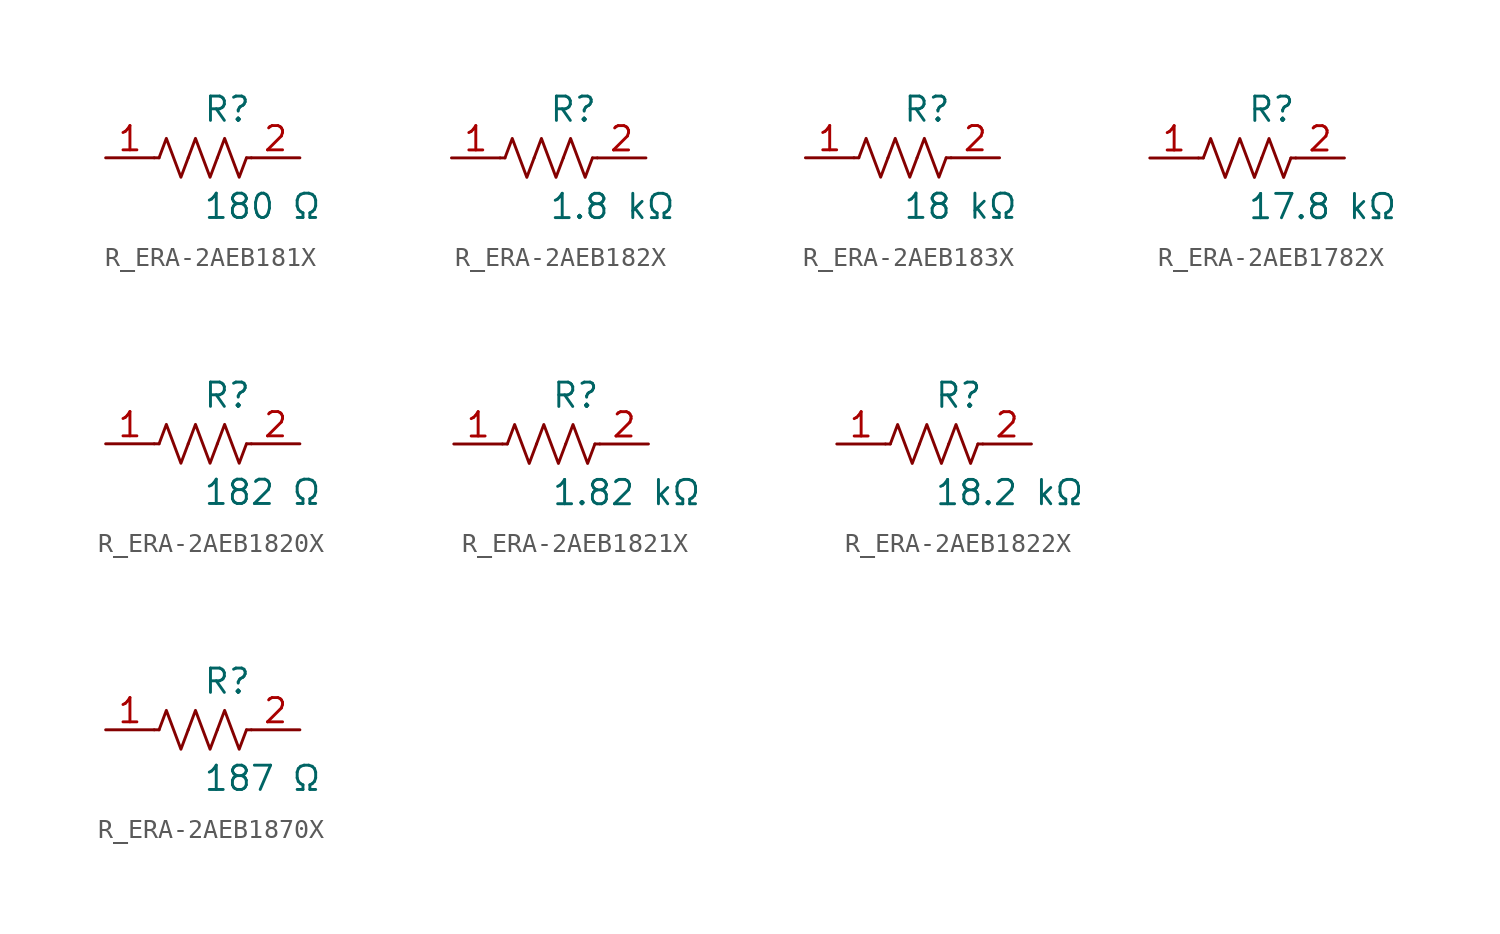
<source format=kicad_sym>
(kicad_symbol_lib
  (version 20231120)
  (generator kicad_symbol_editor)
  (generator_version 8.0)
  (symbol "R_ERA-2AEB181X"
    (pin_names
      (offset 0.254))
    (property "Reference" "R"
      (at 0.0 2.54 0)
      (effects (font (size 1.27 1.27)) (justify left)))
    (property "Value" "180 Ω"
      (at 0.0 -2.54 0)
      (effects (font (size 1.27 1.27)) (justify left)))
    (symbol "R_ERA-2AEB181X_0_1"
      (polyline (pts (xy 2.286 0) (xy 2.54 0)) (stroke (width 0) (type default)) (fill (type none)))
      (polyline (pts (xy -2.286 0) (xy -2.54 0)) (stroke (width 0) (type default)) (fill (type none)))
      (polyline (pts (xy 0.762 0) (xy 1.143 1.016) (xy 1.524 0) (xy 1.905 -1.016) (xy 2.286 0)) (stroke (width 0) (type default)) (fill (type none)))
      (polyline (pts (xy -0.762 0) (xy -0.381 1.016) (xy 0 0) (xy 0.381 -1.016) (xy 0.762 0)) (stroke (width 0) (type default)) (fill (type none)))
      (polyline (pts (xy -2.286 0) (xy -1.905 1.016) (xy -1.524 0) (xy -1.143 -1.016) (xy -0.762 0)) (stroke (width 0) (type default)) (fill (type none))))
    (pin unspecified line
      (at -5.08 0 0)
      (length 2.54)
      (name "" (effects (font (size 1.27 1.27))))
      (number "1" (effects (font (size 1.27 1.27)))))
    (pin unspecified line
      (at 5.08 0 180)
      (length 2.54)
      (name "" (effects (font (size 1.27 1.27))))
      (number "2" (effects (font (size 1.27 1.27))))))
  (symbol "R_ERA-2AEB182X"
    (pin_names
      (offset 0.254))
    (property "Reference" "R"
      (at 0.0 2.54 0)
      (effects (font (size 1.27 1.27)) (justify left)))
    (property "Value" "1.8 kΩ"
      (at 0.0 -2.54 0)
      (effects (font (size 1.27 1.27)) (justify left)))
    (symbol "R_ERA-2AEB182X_0_1"
      (polyline (pts (xy 2.286 0) (xy 2.54 0)) (stroke (width 0) (type default)) (fill (type none)))
      (polyline (pts (xy -2.286 0) (xy -2.54 0)) (stroke (width 0) (type default)) (fill (type none)))
      (polyline (pts (xy 0.762 0) (xy 1.143 1.016) (xy 1.524 0) (xy 1.905 -1.016) (xy 2.286 0)) (stroke (width 0) (type default)) (fill (type none)))
      (polyline (pts (xy -0.762 0) (xy -0.381 1.016) (xy 0 0) (xy 0.381 -1.016) (xy 0.762 0)) (stroke (width 0) (type default)) (fill (type none)))
      (polyline (pts (xy -2.286 0) (xy -1.905 1.016) (xy -1.524 0) (xy -1.143 -1.016) (xy -0.762 0)) (stroke (width 0) (type default)) (fill (type none))))
    (pin unspecified line
      (at -5.08 0 0)
      (length 2.54)
      (name "" (effects (font (size 1.27 1.27))))
      (number "1" (effects (font (size 1.27 1.27)))))
    (pin unspecified line
      (at 5.08 0 180)
      (length 2.54)
      (name "" (effects (font (size 1.27 1.27))))
      (number "2" (effects (font (size 1.27 1.27))))))
  (symbol "R_ERA-2AEB183X"
    (pin_names
      (offset 0.254))
    (property "Reference" "R"
      (at 0.0 2.54 0)
      (effects (font (size 1.27 1.27)) (justify left)))
    (property "Value" "18 kΩ"
      (at 0.0 -2.54 0)
      (effects (font (size 1.27 1.27)) (justify left)))
    (symbol "R_ERA-2AEB183X_0_1"
      (polyline (pts (xy 2.286 0) (xy 2.54 0)) (stroke (width 0) (type default)) (fill (type none)))
      (polyline (pts (xy -2.286 0) (xy -2.54 0)) (stroke (width 0) (type default)) (fill (type none)))
      (polyline (pts (xy 0.762 0) (xy 1.143 1.016) (xy 1.524 0) (xy 1.905 -1.016) (xy 2.286 0)) (stroke (width 0) (type default)) (fill (type none)))
      (polyline (pts (xy -0.762 0) (xy -0.381 1.016) (xy 0 0) (xy 0.381 -1.016) (xy 0.762 0)) (stroke (width 0) (type default)) (fill (type none)))
      (polyline (pts (xy -2.286 0) (xy -1.905 1.016) (xy -1.524 0) (xy -1.143 -1.016) (xy -0.762 0)) (stroke (width 0) (type default)) (fill (type none))))
    (pin unspecified line
      (at -5.08 0 0)
      (length 2.54)
      (name "" (effects (font (size 1.27 1.27))))
      (number "1" (effects (font (size 1.27 1.27)))))
    (pin unspecified line
      (at 5.08 0 180)
      (length 2.54)
      (name "" (effects (font (size 1.27 1.27))))
      (number "2" (effects (font (size 1.27 1.27))))))
  (symbol "R_ERA-2AEB1782X"
    (pin_names
      (offset 0.254))
    (property "Reference" "R"
      (at 0.0 2.54 0)
      (effects (font (size 1.27 1.27)) (justify left)))
    (property "Value" "17.8 kΩ"
      (at 0.0 -2.54 0)
      (effects (font (size 1.27 1.27)) (justify left)))
    (symbol "R_ERA-2AEB1782X_0_1"
      (polyline (pts (xy 2.286 0) (xy 2.54 0)) (stroke (width 0) (type default)) (fill (type none)))
      (polyline (pts (xy -2.286 0) (xy -2.54 0)) (stroke (width 0) (type default)) (fill (type none)))
      (polyline (pts (xy 0.762 0) (xy 1.143 1.016) (xy 1.524 0) (xy 1.905 -1.016) (xy 2.286 0)) (stroke (width 0) (type default)) (fill (type none)))
      (polyline (pts (xy -0.762 0) (xy -0.381 1.016) (xy 0 0) (xy 0.381 -1.016) (xy 0.762 0)) (stroke (width 0) (type default)) (fill (type none)))
      (polyline (pts (xy -2.286 0) (xy -1.905 1.016) (xy -1.524 0) (xy -1.143 -1.016) (xy -0.762 0)) (stroke (width 0) (type default)) (fill (type none))))
    (pin unspecified line
      (at -5.08 0 0)
      (length 2.54)
      (name "" (effects (font (size 1.27 1.27))))
      (number "1" (effects (font (size 1.27 1.27)))))
    (pin unspecified line
      (at 5.08 0 180)
      (length 2.54)
      (name "" (effects (font (size 1.27 1.27))))
      (number "2" (effects (font (size 1.27 1.27))))))
  (symbol "R_ERA-2AEB1820X"
    (pin_names
      (offset 0.254))
    (property "Reference" "R"
      (at 0.0 2.54 0)
      (effects (font (size 1.27 1.27)) (justify left)))
    (property "Value" "182 Ω"
      (at 0.0 -2.54 0)
      (effects (font (size 1.27 1.27)) (justify left)))
    (symbol "R_ERA-2AEB1820X_0_1"
      (polyline (pts (xy 2.286 0) (xy 2.54 0)) (stroke (width 0) (type default)) (fill (type none)))
      (polyline (pts (xy -2.286 0) (xy -2.54 0)) (stroke (width 0) (type default)) (fill (type none)))
      (polyline (pts (xy 0.762 0) (xy 1.143 1.016) (xy 1.524 0) (xy 1.905 -1.016) (xy 2.286 0)) (stroke (width 0) (type default)) (fill (type none)))
      (polyline (pts (xy -0.762 0) (xy -0.381 1.016) (xy 0 0) (xy 0.381 -1.016) (xy 0.762 0)) (stroke (width 0) (type default)) (fill (type none)))
      (polyline (pts (xy -2.286 0) (xy -1.905 1.016) (xy -1.524 0) (xy -1.143 -1.016) (xy -0.762 0)) (stroke (width 0) (type default)) (fill (type none))))
    (pin unspecified line
      (at -5.08 0 0)
      (length 2.54)
      (name "" (effects (font (size 1.27 1.27))))
      (number "1" (effects (font (size 1.27 1.27)))))
    (pin unspecified line
      (at 5.08 0 180)
      (length 2.54)
      (name "" (effects (font (size 1.27 1.27))))
      (number "2" (effects (font (size 1.27 1.27))))))
  (symbol "R_ERA-2AEB1821X"
    (pin_names
      (offset 0.254))
    (property "Reference" "R"
      (at 0.0 2.54 0)
      (effects (font (size 1.27 1.27)) (justify left)))
    (property "Value" "1.82 kΩ"
      (at 0.0 -2.54 0)
      (effects (font (size 1.27 1.27)) (justify left)))
    (symbol "R_ERA-2AEB1821X_0_1"
      (polyline (pts (xy 2.286 0) (xy 2.54 0)) (stroke (width 0) (type default)) (fill (type none)))
      (polyline (pts (xy -2.286 0) (xy -2.54 0)) (stroke (width 0) (type default)) (fill (type none)))
      (polyline (pts (xy 0.762 0) (xy 1.143 1.016) (xy 1.524 0) (xy 1.905 -1.016) (xy 2.286 0)) (stroke (width 0) (type default)) (fill (type none)))
      (polyline (pts (xy -0.762 0) (xy -0.381 1.016) (xy 0 0) (xy 0.381 -1.016) (xy 0.762 0)) (stroke (width 0) (type default)) (fill (type none)))
      (polyline (pts (xy -2.286 0) (xy -1.905 1.016) (xy -1.524 0) (xy -1.143 -1.016) (xy -0.762 0)) (stroke (width 0) (type default)) (fill (type none))))
    (pin unspecified line
      (at -5.08 0 0)
      (length 2.54)
      (name "" (effects (font (size 1.27 1.27))))
      (number "1" (effects (font (size 1.27 1.27)))))
    (pin unspecified line
      (at 5.08 0 180)
      (length 2.54)
      (name "" (effects (font (size 1.27 1.27))))
      (number "2" (effects (font (size 1.27 1.27))))))
  (symbol "R_ERA-2AEB1822X"
    (pin_names
      (offset 0.254))
    (property "Reference" "R"
      (at 0.0 2.54 0)
      (effects (font (size 1.27 1.27)) (justify left)))
    (property "Value" "18.2 kΩ"
      (at 0.0 -2.54 0)
      (effects (font (size 1.27 1.27)) (justify left)))
    (symbol "R_ERA-2AEB1822X_0_1"
      (polyline (pts (xy 2.286 0) (xy 2.54 0)) (stroke (width 0) (type default)) (fill (type none)))
      (polyline (pts (xy -2.286 0) (xy -2.54 0)) (stroke (width 0) (type default)) (fill (type none)))
      (polyline (pts (xy 0.762 0) (xy 1.143 1.016) (xy 1.524 0) (xy 1.905 -1.016) (xy 2.286 0)) (stroke (width 0) (type default)) (fill (type none)))
      (polyline (pts (xy -0.762 0) (xy -0.381 1.016) (xy 0 0) (xy 0.381 -1.016) (xy 0.762 0)) (stroke (width 0) (type default)) (fill (type none)))
      (polyline (pts (xy -2.286 0) (xy -1.905 1.016) (xy -1.524 0) (xy -1.143 -1.016) (xy -0.762 0)) (stroke (width 0) (type default)) (fill (type none))))
    (pin unspecified line
      (at -5.08 0 0)
      (length 2.54)
      (name "" (effects (font (size 1.27 1.27))))
      (number "1" (effects (font (size 1.27 1.27)))))
    (pin unspecified line
      (at 5.08 0 180)
      (length 2.54)
      (name "" (effects (font (size 1.27 1.27))))
      (number "2" (effects (font (size 1.27 1.27))))))
  (symbol "R_ERA-2AEB1870X"
    (pin_names
      (offset 0.254))
    (property "Reference" "R"
      (at 0.0 2.54 0)
      (effects (font (size 1.27 1.27)) (justify left)))
    (property "Value" "187 Ω"
      (at 0.0 -2.54 0)
      (effects (font (size 1.27 1.27)) (justify left)))
    (symbol "R_ERA-2AEB1870X_0_1"
      (polyline (pts (xy 2.286 0) (xy 2.54 0)) (stroke (width 0) (type default)) (fill (type none)))
      (polyline (pts (xy -2.286 0) (xy -2.54 0)) (stroke (width 0) (type default)) (fill (type none)))
      (polyline (pts (xy 0.762 0) (xy 1.143 1.016) (xy 1.524 0) (xy 1.905 -1.016) (xy 2.286 0)) (stroke (width 0) (type default)) (fill (type none)))
      (polyline (pts (xy -0.762 0) (xy -0.381 1.016) (xy 0 0) (xy 0.381 -1.016) (xy 0.762 0)) (stroke (width 0) (type default)) (fill (type none)))
      (polyline (pts (xy -2.286 0) (xy -1.905 1.016) (xy -1.524 0) (xy -1.143 -1.016) (xy -0.762 0)) (stroke (width 0) (type default)) (fill (type none))))
    (pin unspecified line
      (at -5.08 0 0)
      (length 2.54)
      (name "" (effects (font (size 1.27 1.27))))
      (number "1" (effects (font (size 1.27 1.27)))))
    (pin unspecified line
      (at 5.08 0 180)
      (length 2.54)
      (name "" (effects (font (size 1.27 1.27))))
      (number "2" (effects (font (size 1.27 1.27)))))))
</source>
